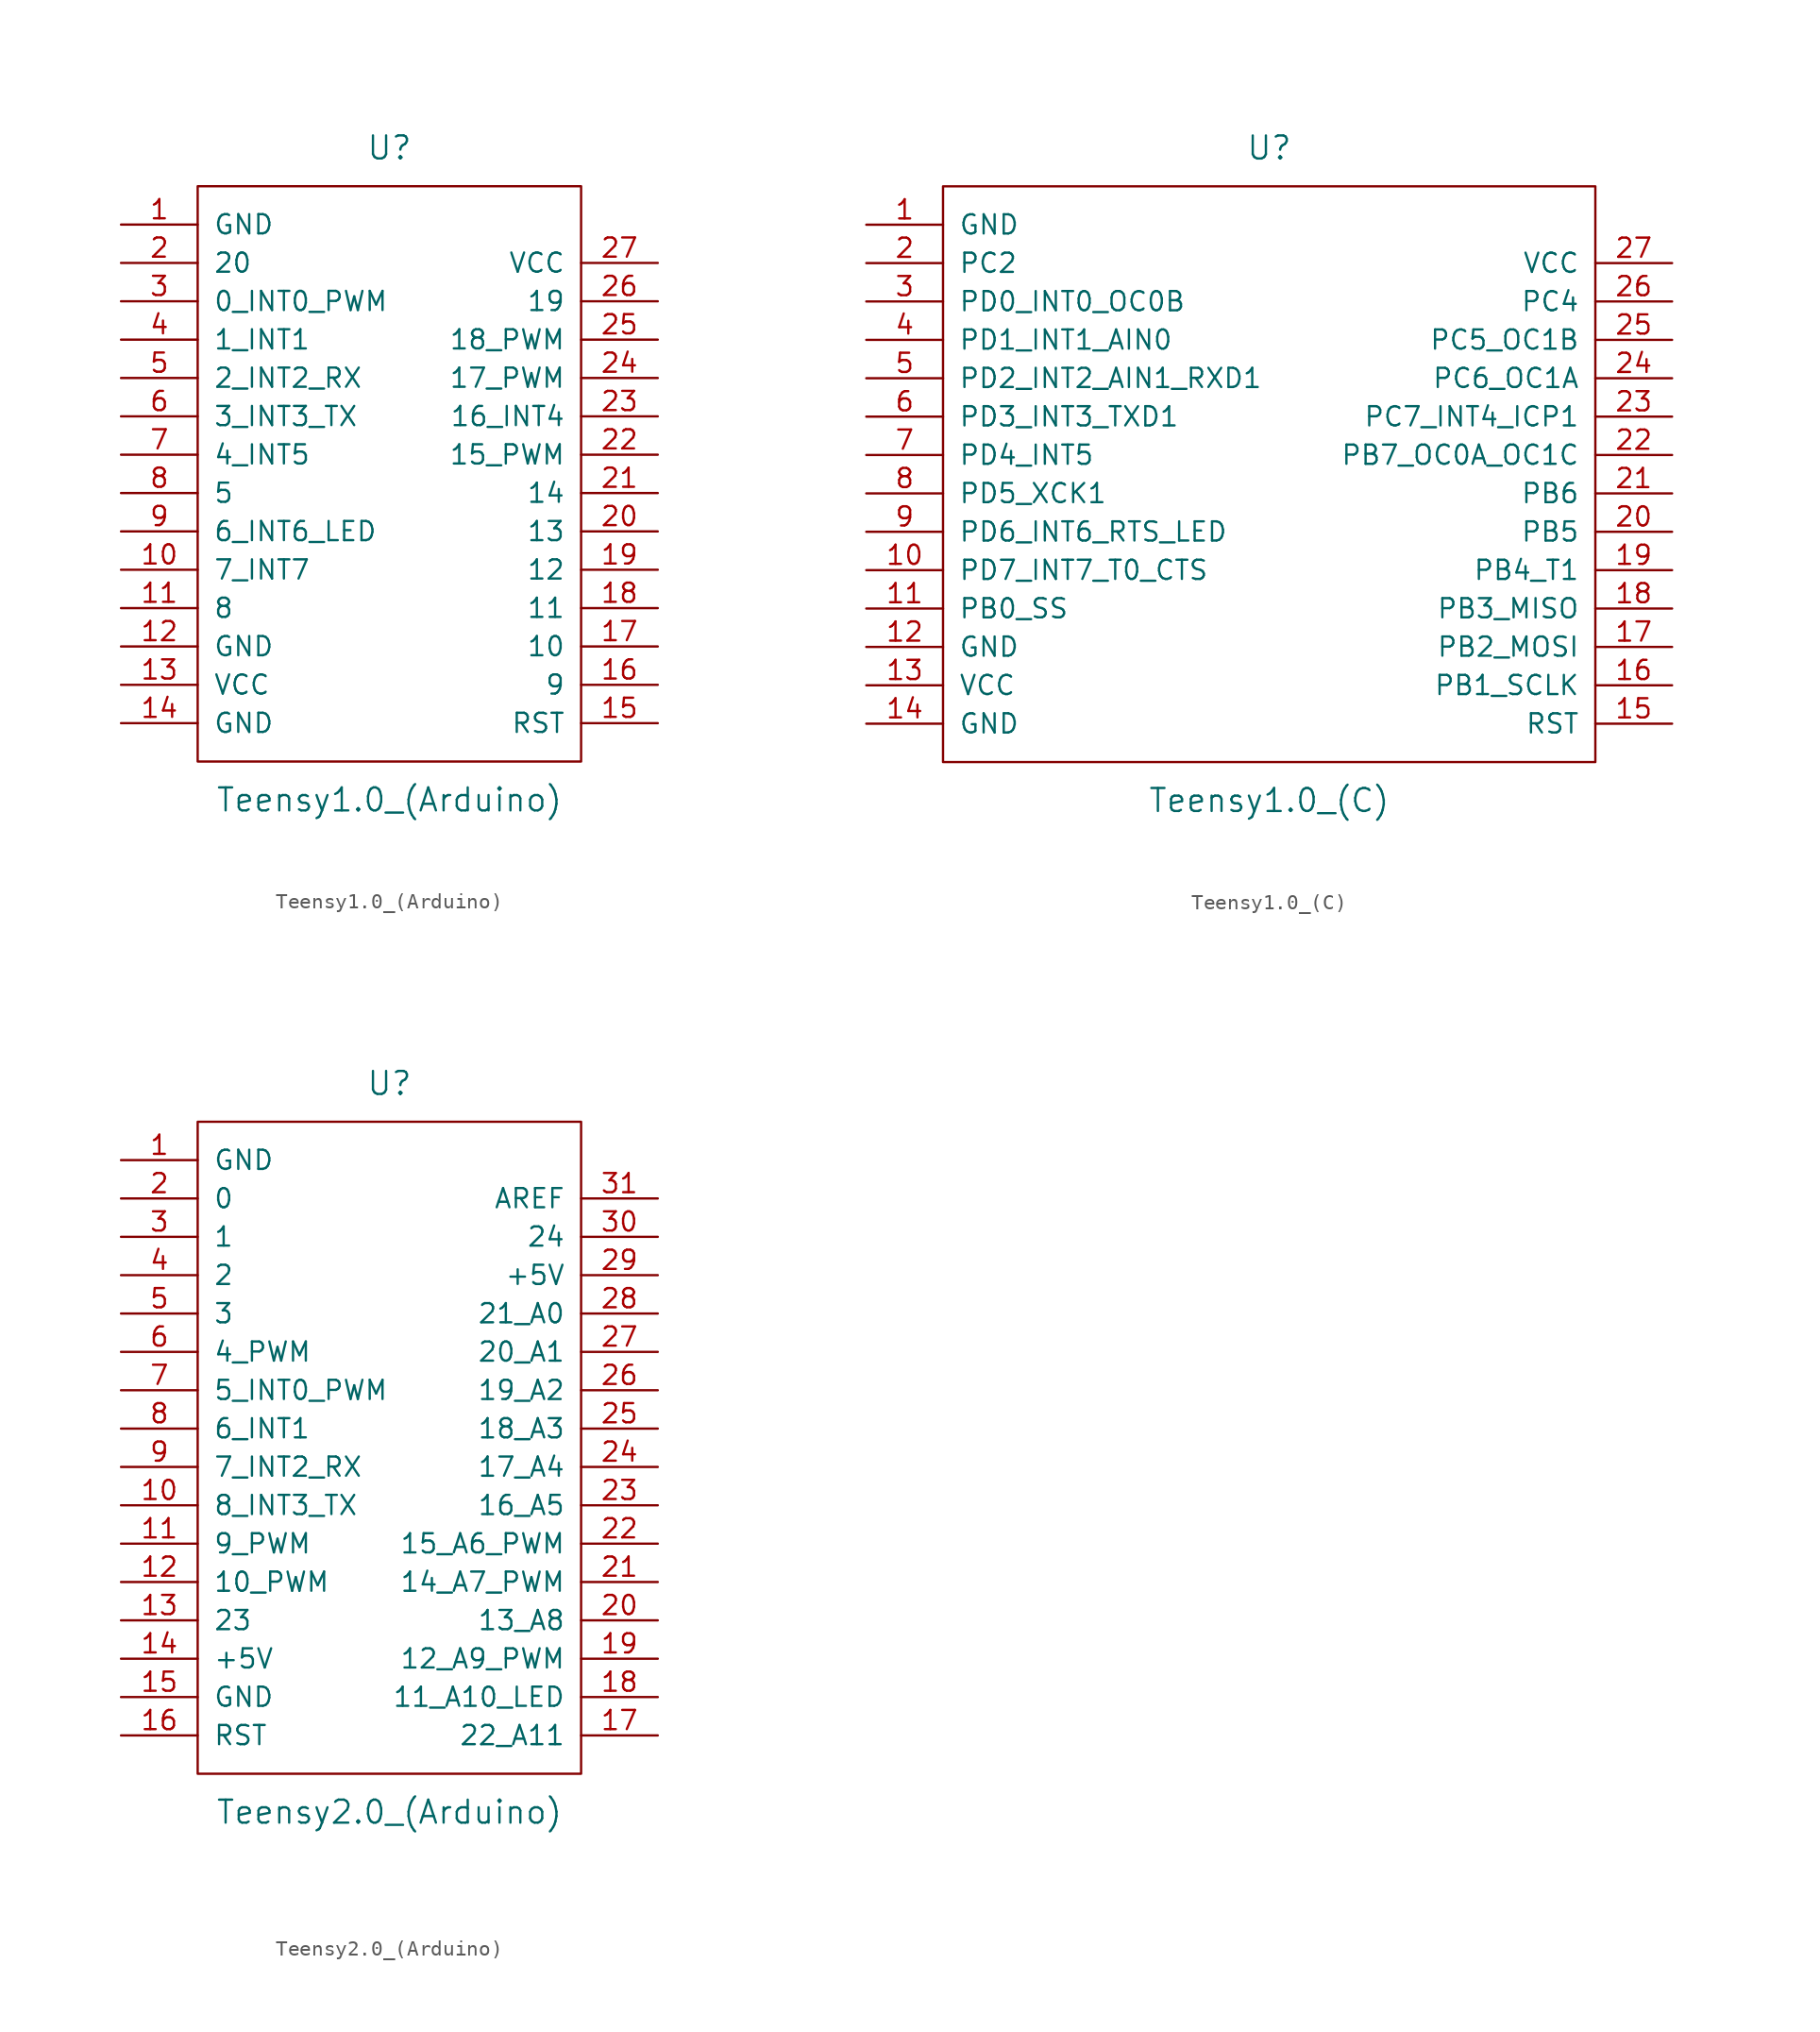
<source format=kicad_sym>
(kicad_symbol_lib
  (version 20241209)
  (generator "kicad_symbol_editor")
  (generator_version "9.0")
  (symbol "Teensy1.0_(Arduino)"
    (pin_names
      (offset 1.016))
    (property "Reference" "U"
      (at 0 21.59 0)
      (effects (font (size 1.524 1.524))))
    (property "Value" "Teensy1.0_(Arduino)"
      (at 0 -21.59 0)
      (effects (font (size 1.524 1.524))))
    (property "Footprint" ""
      (at 2.54 -21.59 0)
      (effects (font (size 1.524 1.524))))
    (property "Datasheet" ""
      (at 2.54 -21.59 0)
      (effects (font (size 1.524 1.524))))
    (symbol "Teensy1.0_(Arduino)_0_1"
      (rectangle (start -12.7 19.05) (end 12.7 -19.05) (stroke (width 0) (type solid)) (fill (type none))))
    (symbol "Teensy1.0_(Arduino)_1_1"
      (pin power_in line (at -17.78 16.51 0) (length 5.08) (name "GND" (effects (font (size 1.27 1.27)))) (number "1" (effects (font (size 1.27 1.27)))))
      (pin bidirectional line (at -17.78 13.97 0) (length 5.08) (name "20" (effects (font (size 1.27 1.27)))) (number "2" (effects (font (size 1.27 1.27)))))
      (pin bidirectional line (at -17.78 11.43 0) (length 5.08) (name "0_INT0_PWM" (effects (font (size 1.27 1.27)))) (number "3" (effects (font (size 1.27 1.27)))))
      (pin bidirectional line (at -17.78 8.89 0) (length 5.08) (name "1_INT1" (effects (font (size 1.27 1.27)))) (number "4" (effects (font (size 1.27 1.27)))))
      (pin bidirectional line (at -17.78 6.35 0) (length 5.08) (name "2_INT2_RX" (effects (font (size 1.27 1.27)))) (number "5" (effects (font (size 1.27 1.27)))))
      (pin bidirectional line (at -17.78 3.81 0) (length 5.08) (name "3_INT3_TX" (effects (font (size 1.27 1.27)))) (number "6" (effects (font (size 1.27 1.27)))))
      (pin bidirectional line (at -17.78 1.27 0) (length 5.08) (name "4_INT5" (effects (font (size 1.27 1.27)))) (number "7" (effects (font (size 1.27 1.27)))))
      (pin bidirectional line (at -17.78 -1.27 0) (length 5.08) (name "5" (effects (font (size 1.27 1.27)))) (number "8" (effects (font (size 1.27 1.27)))))
      (pin bidirectional line (at -17.78 -3.81 0) (length 5.08) (name "6_INT6_LED" (effects (font (size 1.27 1.27)))) (number "9" (effects (font (size 1.27 1.27)))))
      (pin bidirectional line (at -17.78 -6.35 0) (length 5.08) (name "7_INT7" (effects (font (size 1.27 1.27)))) (number "10" (effects (font (size 1.27 1.27)))))
      (pin bidirectional line (at -17.78 -8.89 0) (length 5.08) (name "8" (effects (font (size 1.27 1.27)))) (number "11" (effects (font (size 1.27 1.27)))))
      (pin power_in line (at -17.78 -11.43 0) (length 5.08) (name "GND" (effects (font (size 1.27 1.27)))) (number "12" (effects (font (size 1.27 1.27)))))
      (pin power_in line (at -17.78 -13.97 0) (length 5.08) (name "VCC" (effects (font (size 1.27 1.27)))) (number "13" (effects (font (size 1.27 1.27)))))
      (pin power_in line (at -17.78 -16.51 0) (length 5.08) (name "GND" (effects (font (size 1.27 1.27)))) (number "14" (effects (font (size 1.27 1.27)))))
      (pin power_in line (at 17.78 13.97 180) (length 5.08) (name "VCC" (effects (font (size 1.27 1.27)))) (number "27" (effects (font (size 1.27 1.27)))))
      (pin bidirectional line (at 17.78 11.43 180) (length 5.08) (name "19" (effects (font (size 1.27 1.27)))) (number "26" (effects (font (size 1.27 1.27)))))
      (pin bidirectional line (at 17.78 8.89 180) (length 5.08) (name "18_PWM" (effects (font (size 1.27 1.27)))) (number "25" (effects (font (size 1.27 1.27)))))
      (pin bidirectional line (at 17.78 6.35 180) (length 5.08) (name "17_PWM" (effects (font (size 1.27 1.27)))) (number "24" (effects (font (size 1.27 1.27)))))
      (pin bidirectional line (at 17.78 3.81 180) (length 5.08) (name "16_INT4" (effects (font (size 1.27 1.27)))) (number "23" (effects (font (size 1.27 1.27)))))
      (pin bidirectional line (at 17.78 1.27 180) (length 5.08) (name "15_PWM" (effects (font (size 1.27 1.27)))) (number "22" (effects (font (size 1.27 1.27)))))
      (pin bidirectional line (at 17.78 -1.27 180) (length 5.08) (name "14" (effects (font (size 1.27 1.27)))) (number "21" (effects (font (size 1.27 1.27)))))
      (pin bidirectional line (at 17.78 -3.81 180) (length 5.08) (name "13" (effects (font (size 1.27 1.27)))) (number "20" (effects (font (size 1.27 1.27)))))
      (pin bidirectional line (at 17.78 -6.35 180) (length 5.08) (name "12" (effects (font (size 1.27 1.27)))) (number "19" (effects (font (size 1.27 1.27)))))
      (pin bidirectional line (at 17.78 -8.89 180) (length 5.08) (name "11" (effects (font (size 1.27 1.27)))) (number "18" (effects (font (size 1.27 1.27)))))
      (pin bidirectional line (at 17.78 -11.43 180) (length 5.08) (name "10" (effects (font (size 1.27 1.27)))) (number "17" (effects (font (size 1.27 1.27)))))
      (pin bidirectional line (at 17.78 -13.97 180) (length 5.08) (name "9" (effects (font (size 1.27 1.27)))) (number "16" (effects (font (size 1.27 1.27)))))
      (pin input line (at 17.78 -16.51 180) (length 5.08) (name "RST" (effects (font (size 1.27 1.27)))) (number "15" (effects (font (size 1.27 1.27)))))))
  (symbol "Teensy1.0_(C)"
    (pin_names
      (offset 1.016))
    (property "Reference" "U"
      (at 0 21.59 0)
      (effects (font (size 1.524 1.524))))
    (property "Value" "Teensy1.0_(C)"
      (at 0 -21.59 0)
      (effects (font (size 1.524 1.524))))
    (property "Footprint" ""
      (at 2.54 -21.59 0)
      (effects (font (size 1.524 1.524))))
    (property "Datasheet" ""
      (at 2.54 -21.59 0)
      (effects (font (size 1.524 1.524))))
    (symbol "Teensy1.0_(C)_0_1"
      (rectangle (start -21.59 19.05) (end 21.59 -19.05) (stroke (width 0) (type solid)) (fill (type none))))
    (symbol "Teensy1.0_(C)_1_1"
      (pin power_in line (at -26.67 16.51 0) (length 5.08) (name "GND" (effects (font (size 1.27 1.27)))) (number "1" (effects (font (size 1.27 1.27)))))
      (pin bidirectional line (at -26.67 13.97 0) (length 5.08) (name "PC2" (effects (font (size 1.27 1.27)))) (number "2" (effects (font (size 1.27 1.27)))))
      (pin bidirectional line (at -26.67 11.43 0) (length 5.08) (name "PD0_INT0_OC0B" (effects (font (size 1.27 1.27)))) (number "3" (effects (font (size 1.27 1.27)))))
      (pin bidirectional line (at -26.67 8.89 0) (length 5.08) (name "PD1_INT1_AIN0" (effects (font (size 1.27 1.27)))) (number "4" (effects (font (size 1.27 1.27)))))
      (pin bidirectional line (at -26.67 6.35 0) (length 5.08) (name "PD2_INT2_AIN1_RXD1" (effects (font (size 1.27 1.27)))) (number "5" (effects (font (size 1.27 1.27)))))
      (pin bidirectional line (at -26.67 3.81 0) (length 5.08) (name "PD3_INT3_TXD1" (effects (font (size 1.27 1.27)))) (number "6" (effects (font (size 1.27 1.27)))))
      (pin bidirectional line (at -26.67 1.27 0) (length 5.08) (name "PD4_INT5" (effects (font (size 1.27 1.27)))) (number "7" (effects (font (size 1.27 1.27)))))
      (pin bidirectional line (at -26.67 -1.27 0) (length 5.08) (name "PD5_XCK1" (effects (font (size 1.27 1.27)))) (number "8" (effects (font (size 1.27 1.27)))))
      (pin bidirectional line (at -26.67 -3.81 0) (length 5.08) (name "PD6_INT6_RTS_LED" (effects (font (size 1.27 1.27)))) (number "9" (effects (font (size 1.27 1.27)))))
      (pin bidirectional line (at -26.67 -6.35 0) (length 5.08) (name "PD7_INT7_T0_CTS" (effects (font (size 1.27 1.27)))) (number "10" (effects (font (size 1.27 1.27)))))
      (pin bidirectional line (at -26.67 -8.89 0) (length 5.08) (name "PB0_SS" (effects (font (size 1.27 1.27)))) (number "11" (effects (font (size 1.27 1.27)))))
      (pin power_in line (at -26.67 -11.43 0) (length 5.08) (name "GND" (effects (font (size 1.27 1.27)))) (number "12" (effects (font (size 1.27 1.27)))))
      (pin power_in line (at -26.67 -13.97 0) (length 5.08) (name "VCC" (effects (font (size 1.27 1.27)))) (number "13" (effects (font (size 1.27 1.27)))))
      (pin power_in line (at -26.67 -16.51 0) (length 5.08) (name "GND" (effects (font (size 1.27 1.27)))) (number "14" (effects (font (size 1.27 1.27)))))
      (pin power_in line (at 26.67 13.97 180) (length 5.08) (name "VCC" (effects (font (size 1.27 1.27)))) (number "27" (effects (font (size 1.27 1.27)))))
      (pin bidirectional line (at 26.67 11.43 180) (length 5.08) (name "PC4" (effects (font (size 1.27 1.27)))) (number "26" (effects (font (size 1.27 1.27)))))
      (pin bidirectional line (at 26.67 8.89 180) (length 5.08) (name "PC5_OC1B" (effects (font (size 1.27 1.27)))) (number "25" (effects (font (size 1.27 1.27)))))
      (pin bidirectional line (at 26.67 6.35 180) (length 5.08) (name "PC6_OC1A" (effects (font (size 1.27 1.27)))) (number "24" (effects (font (size 1.27 1.27)))))
      (pin bidirectional line (at 26.67 3.81 180) (length 5.08) (name "PC7_INT4_ICP1" (effects (font (size 1.27 1.27)))) (number "23" (effects (font (size 1.27 1.27)))))
      (pin bidirectional line (at 26.67 1.27 180) (length 5.08) (name "PB7_OC0A_OC1C" (effects (font (size 1.27 1.27)))) (number "22" (effects (font (size 1.27 1.27)))))
      (pin bidirectional line (at 26.67 -1.27 180) (length 5.08) (name "PB6" (effects (font (size 1.27 1.27)))) (number "21" (effects (font (size 1.27 1.27)))))
      (pin bidirectional line (at 26.67 -3.81 180) (length 5.08) (name "PB5" (effects (font (size 1.27 1.27)))) (number "20" (effects (font (size 1.27 1.27)))))
      (pin bidirectional line (at 26.67 -6.35 180) (length 5.08) (name "PB4_T1" (effects (font (size 1.27 1.27)))) (number "19" (effects (font (size 1.27 1.27)))))
      (pin bidirectional line (at 26.67 -8.89 180) (length 5.08) (name "PB3_MISO" (effects (font (size 1.27 1.27)))) (number "18" (effects (font (size 1.27 1.27)))))
      (pin bidirectional line (at 26.67 -11.43 180) (length 5.08) (name "PB2_MOSI" (effects (font (size 1.27 1.27)))) (number "17" (effects (font (size 1.27 1.27)))))
      (pin bidirectional line (at 26.67 -13.97 180) (length 5.08) (name "PB1_SCLK" (effects (font (size 1.27 1.27)))) (number "16" (effects (font (size 1.27 1.27)))))
      (pin input line (at 26.67 -16.51 180) (length 5.08) (name "RST" (effects (font (size 1.27 1.27)))) (number "15" (effects (font (size 1.27 1.27)))))))
  (symbol "Teensy2.0_(Arduino)"
    (pin_names
      (offset 1.016))
    (property "Reference" "U"
      (at 0 24.13 0)
      (effects (font (size 1.524 1.524))))
    (property "Value" "Teensy2.0_(Arduino)"
      (at 0 -24.13 0)
      (effects (font (size 1.524 1.524))))
    (property "Footprint" ""
      (at 2.54 -26.67 0)
      (effects (font (size 1.524 1.524))))
    (property "Datasheet" ""
      (at 2.54 -26.67 0)
      (effects (font (size 1.524 1.524))))
    (symbol "Teensy2.0_(Arduino)_0_1"
      (rectangle (start -12.7 21.59) (end 12.7 -21.59) (stroke (width 0) (type solid)) (fill (type none))))
    (symbol "Teensy2.0_(Arduino)_1_1"
      (pin power_in line (at -17.78 19.05 0) (length 5.08) (name "GND" (effects (font (size 1.27 1.27)))) (number "1" (effects (font (size 1.27 1.27)))))
      (pin bidirectional line (at -17.78 16.51 0) (length 5.08) (name "0" (effects (font (size 1.27 1.27)))) (number "2" (effects (font (size 1.27 1.27)))))
      (pin bidirectional line (at -17.78 13.97 0) (length 5.08) (name "1" (effects (font (size 1.27 1.27)))) (number "3" (effects (font (size 1.27 1.27)))))
      (pin bidirectional line (at -17.78 11.43 0) (length 5.08) (name "2" (effects (font (size 1.27 1.27)))) (number "4" (effects (font (size 1.27 1.27)))))
      (pin bidirectional line (at -17.78 8.89 0) (length 5.08) (name "3" (effects (font (size 1.27 1.27)))) (number "5" (effects (font (size 1.27 1.27)))))
      (pin bidirectional line (at -17.78 6.35 0) (length 5.08) (name "4_PWM" (effects (font (size 1.27 1.27)))) (number "6" (effects (font (size 1.27 1.27)))))
      (pin bidirectional line (at -17.78 3.81 0) (length 5.08) (name "5_INT0_PWM" (effects (font (size 1.27 1.27)))) (number "7" (effects (font (size 1.27 1.27)))))
      (pin bidirectional line (at -17.78 1.27 0) (length 5.08) (name "6_INT1" (effects (font (size 1.27 1.27)))) (number "8" (effects (font (size 1.27 1.27)))))
      (pin bidirectional line (at -17.78 -1.27 0) (length 5.08) (name "7_INT2_RX" (effects (font (size 1.27 1.27)))) (number "9" (effects (font (size 1.27 1.27)))))
      (pin bidirectional line (at -17.78 -3.81 0) (length 5.08) (name "8_INT3_TX" (effects (font (size 1.27 1.27)))) (number "10" (effects (font (size 1.27 1.27)))))
      (pin bidirectional line (at -17.78 -6.35 0) (length 5.08) (name "9_PWM" (effects (font (size 1.27 1.27)))) (number "11" (effects (font (size 1.27 1.27)))))
      (pin bidirectional line (at -17.78 -8.89 0) (length 5.08) (name "10_PWM" (effects (font (size 1.27 1.27)))) (number "12" (effects (font (size 1.27 1.27)))))
      (pin bidirectional line (at -17.78 -11.43 0) (length 5.08) (name "23" (effects (font (size 1.27 1.27)))) (number "13" (effects (font (size 1.27 1.27)))))
      (pin power_in line (at -17.78 -13.97 0) (length 5.08) (name "+5V" (effects (font (size 1.27 1.27)))) (number "14" (effects (font (size 1.27 1.27)))))
      (pin power_in line (at -17.78 -16.51 0) (length 5.08) (name "GND" (effects (font (size 1.27 1.27)))) (number "15" (effects (font (size 1.27 1.27)))))
      (pin input line (at -17.78 -19.05 0) (length 5.08) (name "RST" (effects (font (size 1.27 1.27)))) (number "16" (effects (font (size 1.27 1.27)))))
      (pin input line (at 17.78 16.51 180) (length 5.08) (name "AREF" (effects (font (size 1.27 1.27)))) (number "31" (effects (font (size 1.27 1.27)))))
      (pin bidirectional line (at 17.78 13.97 180) (length 5.08) (name "24" (effects (font (size 1.27 1.27)))) (number "30" (effects (font (size 1.27 1.27)))))
      (pin power_in line (at 17.78 11.43 180) (length 5.08) (name "+5V" (effects (font (size 1.27 1.27)))) (number "29" (effects (font (size 1.27 1.27)))))
      (pin bidirectional line (at 17.78 8.89 180) (length 5.08) (name "21_A0" (effects (font (size 1.27 1.27)))) (number "28" (effects (font (size 1.27 1.27)))))
      (pin bidirectional line (at 17.78 6.35 180) (length 5.08) (name "20_A1" (effects (font (size 1.27 1.27)))) (number "27" (effects (font (size 1.27 1.27)))))
      (pin bidirectional line (at 17.78 3.81 180) (length 5.08) (name "19_A2" (effects (font (size 1.27 1.27)))) (number "26" (effects (font (size 1.27 1.27)))))
      (pin bidirectional line (at 17.78 1.27 180) (length 5.08) (name "18_A3" (effects (font (size 1.27 1.27)))) (number "25" (effects (font (size 1.27 1.27)))))
      (pin bidirectional line (at 17.78 -1.27 180) (length 5.08) (name "17_A4" (effects (font (size 1.27 1.27)))) (number "24" (effects (font (size 1.27 1.27)))))
      (pin bidirectional line (at 17.78 -3.81 180) (length 5.08) (name "16_A5" (effects (font (size 1.27 1.27)))) (number "23" (effects (font (size 1.27 1.27)))))
      (pin bidirectional line (at 17.78 -6.35 180) (length 5.08) (name "15_A6_PWM" (effects (font (size 1.27 1.27)))) (number "22" (effects (font (size 1.27 1.27)))))
      (pin bidirectional line (at 17.78 -8.89 180) (length 5.08) (name "14_A7_PWM" (effects (font (size 1.27 1.27)))) (number "21" (effects (font (size 1.27 1.27)))))
      (pin bidirectional line (at 17.78 -11.43 180) (length 5.08) (name "13_A8" (effects (font (size 1.27 1.27)))) (number "20" (effects (font (size 1.27 1.27)))))
      (pin bidirectional line (at 17.78 -13.97 180) (length 5.08) (name "12_A9_PWM" (effects (font (size 1.27 1.27)))) (number "19" (effects (font (size 1.27 1.27)))))
      (pin bidirectional line (at 17.78 -16.51 180) (length 5.08) (name "11_A10_LED" (effects (font (size 1.27 1.27)))) (number "18" (effects (font (size 1.27 1.27)))))
      (pin bidirectional line (at 17.78 -19.05 180) (length 5.08) (name "22_A11" (effects (font (size 1.27 1.27)))) (number "17" (effects (font (size 1.27 1.27))))))))
</source>
